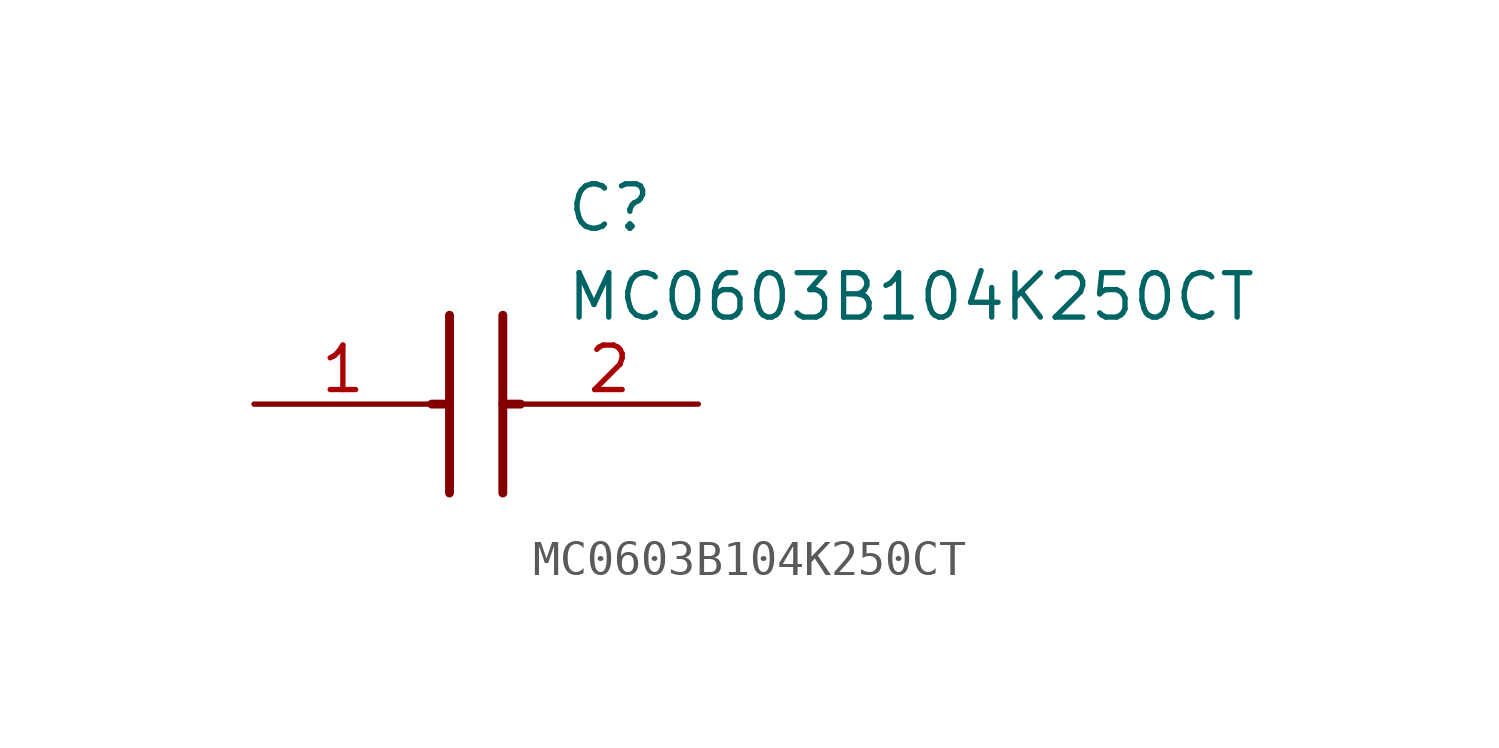
<source format=kicad_sym>
(kicad_symbol_lib
  (version 20211014)
  (generator SamacSys_ECAD_Model)
  (symbol "MC0603B104K250CT"
    (pin_names hide)
    (property "Reference" "C"
      (at 8.89 6.35 0)
      (effects (font (size 1.27 1.27)) (justify left top)))
    (property "Value" "MC0603B104K250CT"
      (at 8.89 3.81 0)
      (effects (font (size 1.27 1.27)) (justify left top)))
    (polyline
      (pts (xy 5.588 2.54) (xy 5.588 -2.54))
      (stroke (width 0.254) (type default))
      (fill (type none)))
    (polyline
      (pts (xy 7.112 2.54) (xy 7.112 -2.54))
      (stroke (width 0.254) (type default))
      (fill (type none)))
    (polyline
      (pts (xy 5.08 0) (xy 5.588 0))
      (stroke (width 0.254) (type default))
      (fill (type none)))
    (polyline
      (pts (xy 7.112 0) (xy 7.62 0))
      (stroke (width 0.254) (type default))
      (fill (type none)))
    (pin passive line
      (at 0 0 0)
      (length 5.08)
      (name "1" (effects (font (size 1.27 1.27))))
      (number "1" (effects (font (size 1.27 1.27)))))
    (pin passive line
      (at 12.7 0 180)
      (length 5.08)
      (name "2" (effects (font (size 1.27 1.27))))
      (number "2" (effects (font (size 1.27 1.27)))))))
</source>
